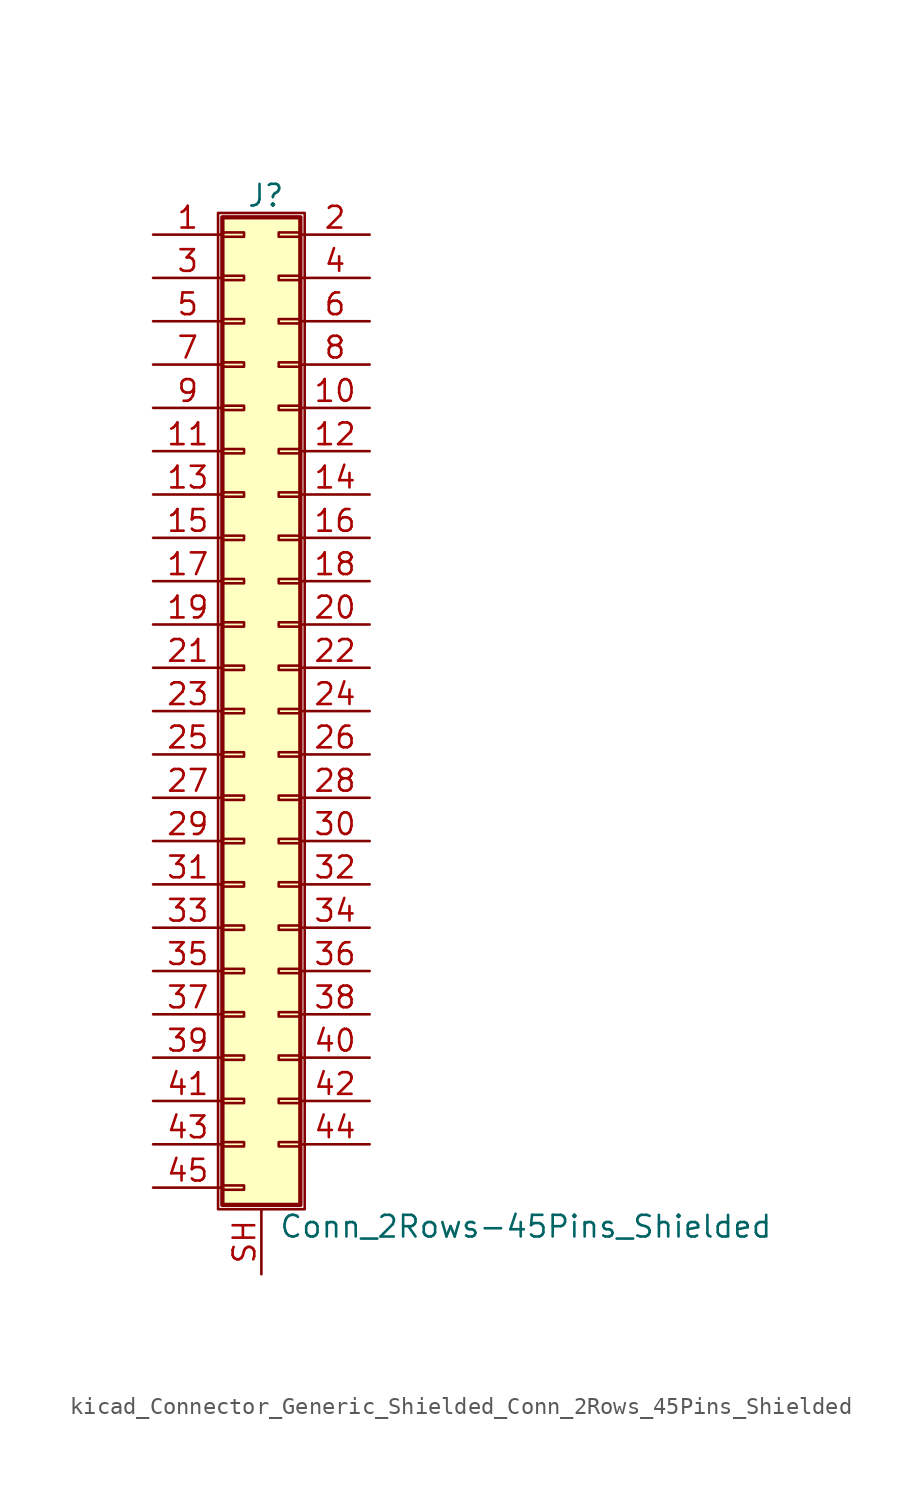
<source format=kicad_sym>
(kicad_symbol_lib
  (version 20220914)
  (generator kicad_symbol_editor)
  (symbol "kicad_Connector_Generic_Shielded_Conn_2Rows_45Pins_Shielded"
    (pin_names
      (offset 1.016) hide)
    (property "Reference" "J"
      (at 1.524 30.226 0)
      (effects (font (size 1.27 1.27))))
    (property "Value" "Conn_2Rows-45Pins_Shielded"
      (at 2.286 -30.226 0)
      (effects (font (size 1.27 1.27)) (justify left)))
    (symbol "kicad_Connector_Generic_Shielded_Conn_2Rows_45Pins_Shielded_1_1"
      (rectangle (start -1.27 29.21) (end 3.81 -29.21) (stroke (width 0.152) (type default)) (fill (type none)))
      (rectangle (start -1.016 -27.813) (end 0.254 -28.067) (stroke (width 0.152) (type default)) (fill (type none)))
      (rectangle (start -1.016 -25.273) (end 0.254 -25.527) (stroke (width 0.152) (type default)) (fill (type none)))
      (rectangle (start -1.016 -22.733) (end 0.254 -22.987) (stroke (width 0.152) (type default)) (fill (type none)))
      (rectangle (start -1.016 -20.193) (end 0.254 -20.447) (stroke (width 0.152) (type default)) (fill (type none)))
      (rectangle (start -1.016 -17.653) (end 0.254 -17.907) (stroke (width 0.152) (type default)) (fill (type none)))
      (rectangle (start -1.016 -15.113) (end 0.254 -15.367) (stroke (width 0.152) (type default)) (fill (type none)))
      (rectangle (start -1.016 -12.573) (end 0.254 -12.827) (stroke (width 0.152) (type default)) (fill (type none)))
      (rectangle (start -1.016 -10.033) (end 0.254 -10.287) (stroke (width 0.152) (type default)) (fill (type none)))
      (rectangle (start -1.016 -7.493) (end 0.254 -7.747) (stroke (width 0.152) (type default)) (fill (type none)))
      (rectangle (start -1.016 -4.953) (end 0.254 -5.207) (stroke (width 0.152) (type default)) (fill (type none)))
      (rectangle (start -1.016 -2.413) (end 0.254 -2.667) (stroke (width 0.152) (type default)) (fill (type none)))
      (rectangle (start -1.016 0.127) (end 0.254 -0.127) (stroke (width 0.152) (type default)) (fill (type none)))
      (rectangle (start -1.016 2.667) (end 0.254 2.413) (stroke (width 0.152) (type default)) (fill (type none)))
      (rectangle (start -1.016 5.207) (end 0.254 4.953) (stroke (width 0.152) (type default)) (fill (type none)))
      (rectangle (start -1.016 7.747) (end 0.254 7.493) (stroke (width 0.152) (type default)) (fill (type none)))
      (rectangle (start -1.016 10.287) (end 0.254 10.033) (stroke (width 0.152) (type default)) (fill (type none)))
      (rectangle (start -1.016 12.827) (end 0.254 12.573) (stroke (width 0.152) (type default)) (fill (type none)))
      (rectangle (start -1.016 15.367) (end 0.254 15.113) (stroke (width 0.152) (type default)) (fill (type none)))
      (rectangle (start -1.016 17.907) (end 0.254 17.653) (stroke (width 0.152) (type default)) (fill (type none)))
      (rectangle (start -1.016 20.447) (end 0.254 20.193) (stroke (width 0.152) (type default)) (fill (type none)))
      (rectangle (start -1.016 22.987) (end 0.254 22.733) (stroke (width 0.152) (type default)) (fill (type none)))
      (rectangle (start -1.016 25.527) (end 0.254 25.273) (stroke (width 0.152) (type default)) (fill (type none)))
      (rectangle (start -1.016 28.067) (end 0.254 27.813) (stroke (width 0.152) (type default)) (fill (type none)))
      (rectangle (start -1.016 28.956) (end 3.556 -28.956) (stroke (width 0.254) (type default)) (fill (type background)))
      (rectangle (start 3.556 -25.273) (end 2.286 -25.527) (stroke (width 0.152) (type default)) (fill (type none)))
      (rectangle (start 3.556 -22.733) (end 2.286 -22.987) (stroke (width 0.152) (type default)) (fill (type none)))
      (rectangle (start 3.556 -20.193) (end 2.286 -20.447) (stroke (width 0.152) (type default)) (fill (type none)))
      (rectangle (start 3.556 -17.653) (end 2.286 -17.907) (stroke (width 0.152) (type default)) (fill (type none)))
      (rectangle (start 3.556 -15.113) (end 2.286 -15.367) (stroke (width 0.152) (type default)) (fill (type none)))
      (rectangle (start 3.556 -12.573) (end 2.286 -12.827) (stroke (width 0.152) (type default)) (fill (type none)))
      (rectangle (start 3.556 -10.033) (end 2.286 -10.287) (stroke (width 0.152) (type default)) (fill (type none)))
      (rectangle (start 3.556 -7.493) (end 2.286 -7.747) (stroke (width 0.152) (type default)) (fill (type none)))
      (rectangle (start 3.556 -4.953) (end 2.286 -5.207) (stroke (width 0.152) (type default)) (fill (type none)))
      (rectangle (start 3.556 -2.413) (end 2.286 -2.667) (stroke (width 0.152) (type default)) (fill (type none)))
      (rectangle (start 3.556 0.127) (end 2.286 -0.127) (stroke (width 0.152) (type default)) (fill (type none)))
      (rectangle (start 3.556 2.667) (end 2.286 2.413) (stroke (width 0.152) (type default)) (fill (type none)))
      (rectangle (start 3.556 5.207) (end 2.286 4.953) (stroke (width 0.152) (type default)) (fill (type none)))
      (rectangle (start 3.556 7.747) (end 2.286 7.493) (stroke (width 0.152) (type default)) (fill (type none)))
      (rectangle (start 3.556 10.287) (end 2.286 10.033) (stroke (width 0.152) (type default)) (fill (type none)))
      (rectangle (start 3.556 12.827) (end 2.286 12.573) (stroke (width 0.152) (type default)) (fill (type none)))
      (rectangle (start 3.556 15.367) (end 2.286 15.113) (stroke (width 0.152) (type default)) (fill (type none)))
      (rectangle (start 3.556 17.907) (end 2.286 17.653) (stroke (width 0.152) (type default)) (fill (type none)))
      (rectangle (start 3.556 20.447) (end 2.286 20.193) (stroke (width 0.152) (type default)) (fill (type none)))
      (rectangle (start 3.556 22.987) (end 2.286 22.733) (stroke (width 0.152) (type default)) (fill (type none)))
      (rectangle (start 3.556 25.527) (end 2.286 25.273) (stroke (width 0.152) (type default)) (fill (type none)))
      (rectangle (start 3.556 28.067) (end 2.286 27.813) (stroke (width 0.152) (type default)) (fill (type none)))
      (pin passive line (at -5.08 27.94 0) (length 4.064) (name "Pin_1" (effects (font (size 1.27 1.27)))) (number "1" (effects (font (size 1.27 1.27)))))
      (pin passive line (at 7.62 17.78 180) (length 4.064) (name "Pin_10" (effects (font (size 1.27 1.27)))) (number "10" (effects (font (size 1.27 1.27)))))
      (pin passive line (at -5.08 15.24 0) (length 4.064) (name "Pin_11" (effects (font (size 1.27 1.27)))) (number "11" (effects (font (size 1.27 1.27)))))
      (pin passive line (at 7.62 15.24 180) (length 4.064) (name "Pin_12" (effects (font (size 1.27 1.27)))) (number "12" (effects (font (size 1.27 1.27)))))
      (pin passive line (at -5.08 12.7 0) (length 4.064) (name "Pin_13" (effects (font (size 1.27 1.27)))) (number "13" (effects (font (size 1.27 1.27)))))
      (pin passive line (at 7.62 12.7 180) (length 4.064) (name "Pin_14" (effects (font (size 1.27 1.27)))) (number "14" (effects (font (size 1.27 1.27)))))
      (pin passive line (at -5.08 10.16 0) (length 4.064) (name "Pin_15" (effects (font (size 1.27 1.27)))) (number "15" (effects (font (size 1.27 1.27)))))
      (pin passive line (at 7.62 10.16 180) (length 4.064) (name "Pin_16" (effects (font (size 1.27 1.27)))) (number "16" (effects (font (size 1.27 1.27)))))
      (pin passive line (at -5.08 7.62 0) (length 4.064) (name "Pin_17" (effects (font (size 1.27 1.27)))) (number "17" (effects (font (size 1.27 1.27)))))
      (pin passive line (at 7.62 7.62 180) (length 4.064) (name "Pin_18" (effects (font (size 1.27 1.27)))) (number "18" (effects (font (size 1.27 1.27)))))
      (pin passive line (at -5.08 5.08 0) (length 4.064) (name "Pin_19" (effects (font (size 1.27 1.27)))) (number "19" (effects (font (size 1.27 1.27)))))
      (pin passive line (at 7.62 27.94 180) (length 4.064) (name "Pin_2" (effects (font (size 1.27 1.27)))) (number "2" (effects (font (size 1.27 1.27)))))
      (pin passive line (at 7.62 5.08 180) (length 4.064) (name "Pin_20" (effects (font (size 1.27 1.27)))) (number "20" (effects (font (size 1.27 1.27)))))
      (pin passive line (at -5.08 2.54 0) (length 4.064) (name "Pin_21" (effects (font (size 1.27 1.27)))) (number "21" (effects (font (size 1.27 1.27)))))
      (pin passive line (at 7.62 2.54 180) (length 4.064) (name "Pin_22" (effects (font (size 1.27 1.27)))) (number "22" (effects (font (size 1.27 1.27)))))
      (pin passive line (at -5.08 0 0) (length 4.064) (name "Pin_23" (effects (font (size 1.27 1.27)))) (number "23" (effects (font (size 1.27 1.27)))))
      (pin passive line (at 7.62 0 180) (length 4.064) (name "Pin_24" (effects (font (size 1.27 1.27)))) (number "24" (effects (font (size 1.27 1.27)))))
      (pin passive line (at -5.08 -2.54 0) (length 4.064) (name "Pin_25" (effects (font (size 1.27 1.27)))) (number "25" (effects (font (size 1.27 1.27)))))
      (pin passive line (at 7.62 -2.54 180) (length 4.064) (name "Pin_26" (effects (font (size 1.27 1.27)))) (number "26" (effects (font (size 1.27 1.27)))))
      (pin passive line (at -5.08 -5.08 0) (length 4.064) (name "Pin_27" (effects (font (size 1.27 1.27)))) (number "27" (effects (font (size 1.27 1.27)))))
      (pin passive line (at 7.62 -5.08 180) (length 4.064) (name "Pin_28" (effects (font (size 1.27 1.27)))) (number "28" (effects (font (size 1.27 1.27)))))
      (pin passive line (at -5.08 -7.62 0) (length 4.064) (name "Pin_29" (effects (font (size 1.27 1.27)))) (number "29" (effects (font (size 1.27 1.27)))))
      (pin passive line (at -5.08 25.4 0) (length 4.064) (name "Pin_3" (effects (font (size 1.27 1.27)))) (number "3" (effects (font (size 1.27 1.27)))))
      (pin passive line (at 7.62 -7.62 180) (length 4.064) (name "Pin_30" (effects (font (size 1.27 1.27)))) (number "30" (effects (font (size 1.27 1.27)))))
      (pin passive line (at -5.08 -10.16 0) (length 4.064) (name "Pin_31" (effects (font (size 1.27 1.27)))) (number "31" (effects (font (size 1.27 1.27)))))
      (pin passive line (at 7.62 -10.16 180) (length 4.064) (name "Pin_32" (effects (font (size 1.27 1.27)))) (number "32" (effects (font (size 1.27 1.27)))))
      (pin passive line (at -5.08 -12.7 0) (length 4.064) (name "Pin_33" (effects (font (size 1.27 1.27)))) (number "33" (effects (font (size 1.27 1.27)))))
      (pin passive line (at 7.62 -12.7 180) (length 4.064) (name "Pin_34" (effects (font (size 1.27 1.27)))) (number "34" (effects (font (size 1.27 1.27)))))
      (pin passive line (at -5.08 -15.24 0) (length 4.064) (name "Pin_35" (effects (font (size 1.27 1.27)))) (number "35" (effects (font (size 1.27 1.27)))))
      (pin passive line (at 7.62 -15.24 180) (length 4.064) (name "Pin_36" (effects (font (size 1.27 1.27)))) (number "36" (effects (font (size 1.27 1.27)))))
      (pin passive line (at -5.08 -17.78 0) (length 4.064) (name "Pin_37" (effects (font (size 1.27 1.27)))) (number "37" (effects (font (size 1.27 1.27)))))
      (pin passive line (at 7.62 -17.78 180) (length 4.064) (name "Pin_38" (effects (font (size 1.27 1.27)))) (number "38" (effects (font (size 1.27 1.27)))))
      (pin passive line (at -5.08 -20.32 0) (length 4.064) (name "Pin_39" (effects (font (size 1.27 1.27)))) (number "39" (effects (font (size 1.27 1.27)))))
      (pin passive line (at 7.62 25.4 180) (length 4.064) (name "Pin_4" (effects (font (size 1.27 1.27)))) (number "4" (effects (font (size 1.27 1.27)))))
      (pin passive line (at 7.62 -20.32 180) (length 4.064) (name "Pin_40" (effects (font (size 1.27 1.27)))) (number "40" (effects (font (size 1.27 1.27)))))
      (pin passive line (at -5.08 -22.86 0) (length 4.064) (name "Pin_41" (effects (font (size 1.27 1.27)))) (number "41" (effects (font (size 1.27 1.27)))))
      (pin passive line (at 7.62 -22.86 180) (length 4.064) (name "Pin_42" (effects (font (size 1.27 1.27)))) (number "42" (effects (font (size 1.27 1.27)))))
      (pin passive line (at -5.08 -25.4 0) (length 4.064) (name "Pin_43" (effects (font (size 1.27 1.27)))) (number "43" (effects (font (size 1.27 1.27)))))
      (pin passive line (at 7.62 -25.4 180) (length 4.064) (name "Pin_44" (effects (font (size 1.27 1.27)))) (number "44" (effects (font (size 1.27 1.27)))))
      (pin passive line (at -5.08 -27.94 0) (length 4.064) (name "Pin_45" (effects (font (size 1.27 1.27)))) (number "45" (effects (font (size 1.27 1.27)))))
      (pin passive line (at -5.08 22.86 0) (length 4.064) (name "Pin_5" (effects (font (size 1.27 1.27)))) (number "5" (effects (font (size 1.27 1.27)))))
      (pin passive line (at 7.62 22.86 180) (length 4.064) (name "Pin_6" (effects (font (size 1.27 1.27)))) (number "6" (effects (font (size 1.27 1.27)))))
      (pin passive line (at -5.08 20.32 0) (length 4.064) (name "Pin_7" (effects (font (size 1.27 1.27)))) (number "7" (effects (font (size 1.27 1.27)))))
      (pin passive line (at 7.62 20.32 180) (length 4.064) (name "Pin_8" (effects (font (size 1.27 1.27)))) (number "8" (effects (font (size 1.27 1.27)))))
      (pin passive line (at -5.08 17.78 0) (length 4.064) (name "Pin_9" (effects (font (size 1.27 1.27)))) (number "9" (effects (font (size 1.27 1.27)))))
      (pin passive line (at 1.27 -33.02 90) (length 3.81) (name "Shield" (effects (font (size 1.27 1.27)))) (number "SH" (effects (font (size 1.27 1.27))))))))
</source>
